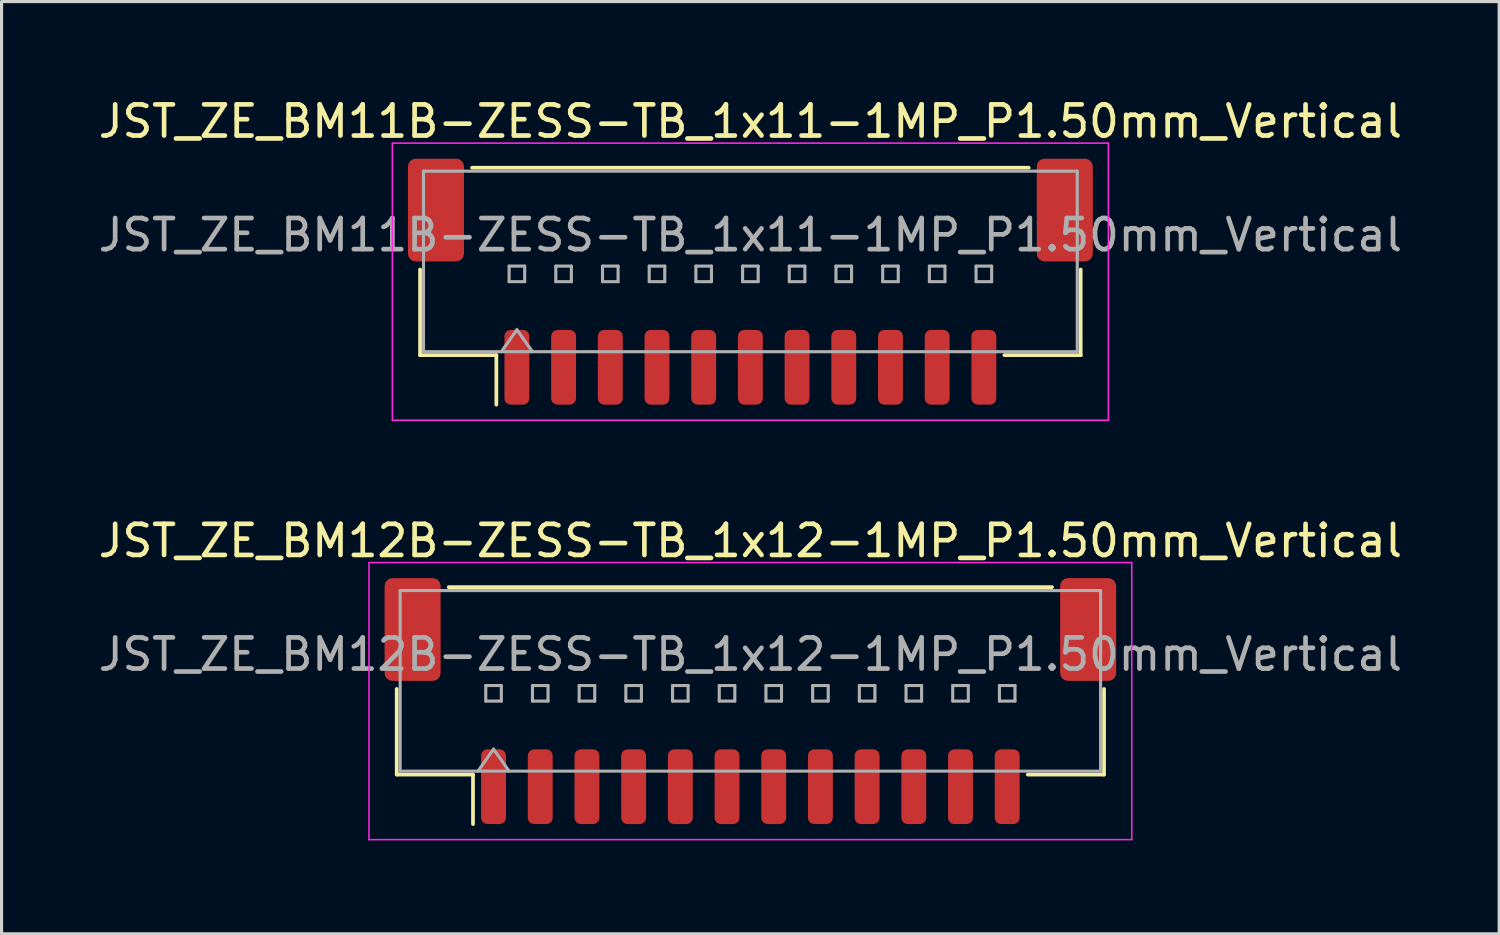
<source format=kicad_pcb>
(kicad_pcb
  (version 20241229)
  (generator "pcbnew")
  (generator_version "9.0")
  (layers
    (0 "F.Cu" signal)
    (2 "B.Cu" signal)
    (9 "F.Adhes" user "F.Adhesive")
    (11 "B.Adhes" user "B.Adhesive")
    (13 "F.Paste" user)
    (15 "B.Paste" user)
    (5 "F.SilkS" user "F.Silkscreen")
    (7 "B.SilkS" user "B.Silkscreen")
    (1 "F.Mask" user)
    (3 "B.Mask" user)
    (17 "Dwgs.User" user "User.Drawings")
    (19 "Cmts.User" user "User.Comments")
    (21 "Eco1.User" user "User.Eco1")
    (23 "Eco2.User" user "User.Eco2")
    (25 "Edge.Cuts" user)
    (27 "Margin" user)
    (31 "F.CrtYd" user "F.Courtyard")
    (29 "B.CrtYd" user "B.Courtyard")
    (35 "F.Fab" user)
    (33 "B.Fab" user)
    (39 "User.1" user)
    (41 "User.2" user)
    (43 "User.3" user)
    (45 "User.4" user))
  (footprint "JST_ZE_BM12B-ZESS-TB_1x12-1MP_P1.50mm_Vertical"
    (layer "F.Cu")
    (at 21.054 19.471)
    (property "Reference" "JST_ZE_BM12B-ZESS-TB_1x12-1MP_P1.50mm_Vertical" (at 0 -5.15 0) (layer "F.SilkS") (effects (font (size 1 1) (thickness 0.15))))
    (attr smd)
    (fp_line (start -11.36 -0.39) (end -11.36 2.36) (stroke (width 0.12) (type solid)) (layer "F.SilkS"))
    (fp_line (start -11.36 2.36) (end -8.91 2.36) (stroke (width 0.12) (type solid)) (layer "F.SilkS"))
    (fp_line (start -9.69 -3.66) (end 9.69 -3.66) (stroke (width 0.12) (type solid)) (layer "F.SilkS"))
    (fp_line (start -8.91 2.36) (end -8.91 3.95) (stroke (width 0.12) (type solid)) (layer "F.SilkS"))
    (fp_line (start 11.36 -0.39) (end 11.36 2.36) (stroke (width 0.12) (type solid)) (layer "F.SilkS"))
    (fp_line (start 11.36 2.36) (end 8.91 2.36) (stroke (width 0.12) (type solid)) (layer "F.SilkS"))
    (fp_line (start -12.25 -4.45) (end -12.25 4.45) (stroke (width 0.05) (type solid)) (layer "F.CrtYd"))
    (fp_line (start -12.25 4.45) (end 12.25 4.45) (stroke (width 0.05) (type solid)) (layer "F.CrtYd"))
    (fp_line (start 12.25 -4.45) (end -12.25 -4.45) (stroke (width 0.05) (type solid)) (layer "F.CrtYd"))
    (fp_line (start 12.25 4.45) (end 12.25 -4.45) (stroke (width 0.05) (type solid)) (layer "F.CrtYd"))
    (fp_line (start -11.25 -3.55) (end 11.25 -3.55) (stroke (width 0.1) (type solid)) (layer "F.Fab"))
    (fp_line (start -11.25 2.25) (end -11.25 -3.55) (stroke (width 0.1) (type solid)) (layer "F.Fab"))
    (fp_line (start -11.25 2.25) (end 11.25 2.25) (stroke (width 0.1) (type solid)) (layer "F.Fab"))
    (fp_line (start -8.75 2.25) (end -8.25 1.543) (stroke (width 0.1) (type solid)) (layer "F.Fab"))
    (fp_line (start -8.5 -0.5) (end -8.5 0) (stroke (width 0.1) (type solid)) (layer "F.Fab"))
    (fp_line (start -8.5 0) (end -8 0) (stroke (width 0.1) (type solid)) (layer "F.Fab"))
    (fp_line (start -8.25 1.543) (end -7.75 2.25) (stroke (width 0.1) (type solid)) (layer "F.Fab"))
    (fp_line (start -8 -0.5) (end -8.5 -0.5) (stroke (width 0.1) (type solid)) (layer "F.Fab"))
    (fp_line (start -8 0) (end -8 -0.5) (stroke (width 0.1) (type solid)) (layer "F.Fab"))
    (fp_line (start -7 -0.5) (end -7 0) (stroke (width 0.1) (type solid)) (layer "F.Fab"))
    (fp_line (start -7 0) (end -6.5 0) (stroke (width 0.1) (type solid)) (layer "F.Fab"))
    (fp_line (start -6.5 -0.5) (end -7 -0.5) (stroke (width 0.1) (type solid)) (layer "F.Fab"))
    (fp_line (start -6.5 0) (end -6.5 -0.5) (stroke (width 0.1) (type solid)) (layer "F.Fab"))
    (fp_line (start -5.5 -0.5) (end -5.5 0) (stroke (width 0.1) (type solid)) (layer "F.Fab"))
    (fp_line (start -5.5 0) (end -5 0) (stroke (width 0.1) (type solid)) (layer "F.Fab"))
    (fp_line (start -5 -0.5) (end -5.5 -0.5) (stroke (width 0.1) (type solid)) (layer "F.Fab"))
    (fp_line (start -5 0) (end -5 -0.5) (stroke (width 0.1) (type solid)) (layer "F.Fab"))
    (fp_line (start -4 -0.5) (end -4 0) (stroke (width 0.1) (type solid)) (layer "F.Fab"))
    (fp_line (start -4 0) (end -3.5 0) (stroke (width 0.1) (type solid)) (layer "F.Fab"))
    (fp_line (start -3.5 -0.5) (end -4 -0.5) (stroke (width 0.1) (type solid)) (layer "F.Fab"))
    (fp_line (start -3.5 0) (end -3.5 -0.5) (stroke (width 0.1) (type solid)) (layer "F.Fab"))
    (fp_line (start -2.5 -0.5) (end -2.5 0) (stroke (width 0.1) (type solid)) (layer "F.Fab"))
    (fp_line (start -2.5 0) (end -2 0) (stroke (width 0.1) (type solid)) (layer "F.Fab"))
    (fp_line (start -2 -0.5) (end -2.5 -0.5) (stroke (width 0.1) (type solid)) (layer "F.Fab"))
    (fp_line (start -2 0) (end -2 -0.5) (stroke (width 0.1) (type solid)) (layer "F.Fab"))
    (fp_line (start -1 -0.5) (end -1 0) (stroke (width 0.1) (type solid)) (layer "F.Fab"))
    (fp_line (start -1 0) (end -0.5 0) (stroke (width 0.1) (type solid)) (layer "F.Fab"))
    (fp_line (start -0.5 -0.5) (end -1 -0.5) (stroke (width 0.1) (type solid)) (layer "F.Fab"))
    (fp_line (start -0.5 0) (end -0.5 -0.5) (stroke (width 0.1) (type solid)) (layer "F.Fab"))
    (fp_line (start 0.5 -0.5) (end 0.5 0) (stroke (width 0.1) (type solid)) (layer "F.Fab"))
    (fp_line (start 0.5 0) (end 1 0) (stroke (width 0.1) (type solid)) (layer "F.Fab"))
    (fp_line (start 1 -0.5) (end 0.5 -0.5) (stroke (width 0.1) (type solid)) (layer "F.Fab"))
    (fp_line (start 1 0) (end 1 -0.5) (stroke (width 0.1) (type solid)) (layer "F.Fab"))
    (fp_line (start 2 -0.5) (end 2 0) (stroke (width 0.1) (type solid)) (layer "F.Fab"))
    (fp_line (start 2 0) (end 2.5 0) (stroke (width 0.1) (type solid)) (layer "F.Fab"))
    (fp_line (start 2.5 -0.5) (end 2 -0.5) (stroke (width 0.1) (type solid)) (layer "F.Fab"))
    (fp_line (start 2.5 0) (end 2.5 -0.5) (stroke (width 0.1) (type solid)) (layer "F.Fab"))
    (fp_line (start 3.5 -0.5) (end 3.5 0) (stroke (width 0.1) (type solid)) (layer "F.Fab"))
    (fp_line (start 3.5 0) (end 4 0) (stroke (width 0.1) (type solid)) (layer "F.Fab"))
    (fp_line (start 4 -0.5) (end 3.5 -0.5) (stroke (width 0.1) (type solid)) (layer "F.Fab"))
    (fp_line (start 4 0) (end 4 -0.5) (stroke (width 0.1) (type solid)) (layer "F.Fab"))
    (fp_line (start 5 -0.5) (end 5 0) (stroke (width 0.1) (type solid)) (layer "F.Fab"))
    (fp_line (start 5 0) (end 5.5 0) (stroke (width 0.1) (type solid)) (layer "F.Fab"))
    (fp_line (start 5.5 -0.5) (end 5 -0.5) (stroke (width 0.1) (type solid)) (layer "F.Fab"))
    (fp_line (start 5.5 0) (end 5.5 -0.5) (stroke (width 0.1) (type solid)) (layer "F.Fab"))
    (fp_line (start 6.5 -0.5) (end 6.5 0) (stroke (width 0.1) (type solid)) (layer "F.Fab"))
    (fp_line (start 6.5 0) (end 7 0) (stroke (width 0.1) (type solid)) (layer "F.Fab"))
    (fp_line (start 7 -0.5) (end 6.5 -0.5) (stroke (width 0.1) (type solid)) (layer "F.Fab"))
    (fp_line (start 7 0) (end 7 -0.5) (stroke (width 0.1) (type solid)) (layer "F.Fab"))
    (fp_line (start 8 -0.5) (end 8 0) (stroke (width 0.1) (type solid)) (layer "F.Fab"))
    (fp_line (start 8 0) (end 8.5 0) (stroke (width 0.1) (type solid)) (layer "F.Fab"))
    (fp_line (start 8.5 -0.5) (end 8 -0.5) (stroke (width 0.1) (type solid)) (layer "F.Fab"))
    (fp_line (start 8.5 0) (end 8.5 -0.5) (stroke (width 0.1) (type solid)) (layer "F.Fab"))
    (fp_line (start 11.25 2.25) (end 11.25 -3.55) (stroke (width 0.1) (type solid)) (layer "F.Fab"))
    (fp_text user "${REFERENCE}" (at 0 -1.5 0) (layer "F.Fab") (effects (font (size 1 1) (thickness 0.15))))
    (pad "1" smd roundrect (at -8.25 2.75) (size 0.8 2.4) (layers "F.Cu" "F.Mask" "F.Paste") (roundrect_rratio 0.25))
    (pad "2" smd roundrect (at -6.75 2.75) (size 0.8 2.4) (layers "F.Cu" "F.Mask" "F.Paste") (roundrect_rratio 0.25))
    (pad "3" smd roundrect (at -5.25 2.75) (size 0.8 2.4) (layers "F.Cu" "F.Mask" "F.Paste") (roundrect_rratio 0.25))
    (pad "4" smd roundrect (at -3.75 2.75) (size 0.8 2.4) (layers "F.Cu" "F.Mask" "F.Paste") (roundrect_rratio 0.25))
    (pad "5" smd roundrect (at -2.25 2.75) (size 0.8 2.4) (layers "F.Cu" "F.Mask" "F.Paste") (roundrect_rratio 0.25))
    (pad "6" smd roundrect (at -0.75 2.75) (size 0.8 2.4) (layers "F.Cu" "F.Mask" "F.Paste") (roundrect_rratio 0.25))
    (pad "7" smd roundrect (at 0.75 2.75) (size 0.8 2.4) (layers "F.Cu" "F.Mask" "F.Paste") (roundrect_rratio 0.25))
    (pad "8" smd roundrect (at 2.25 2.75) (size 0.8 2.4) (layers "F.Cu" "F.Mask" "F.Paste") (roundrect_rratio 0.25))
    (pad "9" smd roundrect (at 3.75 2.75) (size 0.8 2.4) (layers "F.Cu" "F.Mask" "F.Paste") (roundrect_rratio 0.25))
    (pad "10" smd roundrect (at 5.25 2.75) (size 0.8 2.4) (layers "F.Cu" "F.Mask" "F.Paste") (roundrect_rratio 0.25))
    (pad "11" smd roundrect (at 6.75 2.75) (size 0.8 2.4) (layers "F.Cu" "F.Mask" "F.Paste") (roundrect_rratio 0.25))
    (pad "12" smd roundrect (at 8.25 2.75) (size 0.8 2.4) (layers "F.Cu" "F.Mask" "F.Paste") (roundrect_rratio 0.25))
    (pad "MP" smd roundrect (at -10.85 -2.3) (size 1.8 3.3) (layers "F.Cu" "F.Mask" "F.Paste") (roundrect_rratio 0.139))
    (pad "MP" smd roundrect (at 10.85 -2.3) (size 1.8 3.3) (layers "F.Cu" "F.Mask" "F.Paste") (roundrect_rratio 0.139)))
  (footprint "JST_ZE_BM11B-ZESS-TB_1x11-1MP_P1.50mm_Vertical"
    (layer "F.Cu")
    (at 21.054 5.998)
    (property "Reference" "JST_ZE_BM11B-ZESS-TB_1x11-1MP_P1.50mm_Vertical" (at 0 -5.15 0) (layer "F.SilkS") (effects (font (size 1 1) (thickness 0.15))))
    (attr smd)
    (fp_line (start -10.61 -0.39) (end -10.61 2.36) (stroke (width 0.12) (type solid)) (layer "F.SilkS"))
    (fp_line (start -10.61 2.36) (end -8.16 2.36) (stroke (width 0.12) (type solid)) (layer "F.SilkS"))
    (fp_line (start -8.94 -3.66) (end 8.94 -3.66) (stroke (width 0.12) (type solid)) (layer "F.SilkS"))
    (fp_line (start -8.16 2.36) (end -8.16 3.95) (stroke (width 0.12) (type solid)) (layer "F.SilkS"))
    (fp_line (start 10.61 -0.39) (end 10.61 2.36) (stroke (width 0.12) (type solid)) (layer "F.SilkS"))
    (fp_line (start 10.61 2.36) (end 8.16 2.36) (stroke (width 0.12) (type solid)) (layer "F.SilkS"))
    (fp_line (start -11.5 -4.45) (end -11.5 4.45) (stroke (width 0.05) (type solid)) (layer "F.CrtYd"))
    (fp_line (start -11.5 4.45) (end 11.5 4.45) (stroke (width 0.05) (type solid)) (layer "F.CrtYd"))
    (fp_line (start 11.5 -4.45) (end -11.5 -4.45) (stroke (width 0.05) (type solid)) (layer "F.CrtYd"))
    (fp_line (start 11.5 4.45) (end 11.5 -4.45) (stroke (width 0.05) (type solid)) (layer "F.CrtYd"))
    (fp_line (start -10.5 -3.55) (end 10.5 -3.55) (stroke (width 0.1) (type solid)) (layer "F.Fab"))
    (fp_line (start -10.5 2.25) (end -10.5 -3.55) (stroke (width 0.1) (type solid)) (layer "F.Fab"))
    (fp_line (start -10.5 2.25) (end 10.5 2.25) (stroke (width 0.1) (type solid)) (layer "F.Fab"))
    (fp_line (start -8 2.25) (end -7.5 1.543) (stroke (width 0.1) (type solid)) (layer "F.Fab"))
    (fp_line (start -7.75 -0.5) (end -7.75 0) (stroke (width 0.1) (type solid)) (layer "F.Fab"))
    (fp_line (start -7.75 0) (end -7.25 0) (stroke (width 0.1) (type solid)) (layer "F.Fab"))
    (fp_line (start -7.5 1.543) (end -7 2.25) (stroke (width 0.1) (type solid)) (layer "F.Fab"))
    (fp_line (start -7.25 -0.5) (end -7.75 -0.5) (stroke (width 0.1) (type solid)) (layer "F.Fab"))
    (fp_line (start -7.25 0) (end -7.25 -0.5) (stroke (width 0.1) (type solid)) (layer "F.Fab"))
    (fp_line (start -6.25 -0.5) (end -6.25 0) (stroke (width 0.1) (type solid)) (layer "F.Fab"))
    (fp_line (start -6.25 0) (end -5.75 0) (stroke (width 0.1) (type solid)) (layer "F.Fab"))
    (fp_line (start -5.75 -0.5) (end -6.25 -0.5) (stroke (width 0.1) (type solid)) (layer "F.Fab"))
    (fp_line (start -5.75 0) (end -5.75 -0.5) (stroke (width 0.1) (type solid)) (layer "F.Fab"))
    (fp_line (start -4.75 -0.5) (end -4.75 0) (stroke (width 0.1) (type solid)) (layer "F.Fab"))
    (fp_line (start -4.75 0) (end -4.25 0) (stroke (width 0.1) (type solid)) (layer "F.Fab"))
    (fp_line (start -4.25 -0.5) (end -4.75 -0.5) (stroke (width 0.1) (type solid)) (layer "F.Fab"))
    (fp_line (start -4.25 0) (end -4.25 -0.5) (stroke (width 0.1) (type solid)) (layer "F.Fab"))
    (fp_line (start -3.25 -0.5) (end -3.25 0) (stroke (width 0.1) (type solid)) (layer "F.Fab"))
    (fp_line (start -3.25 0) (end -2.75 0) (stroke (width 0.1) (type solid)) (layer "F.Fab"))
    (fp_line (start -2.75 -0.5) (end -3.25 -0.5) (stroke (width 0.1) (type solid)) (layer "F.Fab"))
    (fp_line (start -2.75 0) (end -2.75 -0.5) (stroke (width 0.1) (type solid)) (layer "F.Fab"))
    (fp_line (start -1.75 -0.5) (end -1.75 0) (stroke (width 0.1) (type solid)) (layer "F.Fab"))
    (fp_line (start -1.75 0) (end -1.25 0) (stroke (width 0.1) (type solid)) (layer "F.Fab"))
    (fp_line (start -1.25 -0.5) (end -1.75 -0.5) (stroke (width 0.1) (type solid)) (layer "F.Fab"))
    (fp_line (start -1.25 0) (end -1.25 -0.5) (stroke (width 0.1) (type solid)) (layer "F.Fab"))
    (fp_line (start -0.25 -0.5) (end -0.25 0) (stroke (width 0.1) (type solid)) (layer "F.Fab"))
    (fp_line (start -0.25 0) (end 0.25 0) (stroke (width 0.1) (type solid)) (layer "F.Fab"))
    (fp_line (start 0.25 -0.5) (end -0.25 -0.5) (stroke (width 0.1) (type solid)) (layer "F.Fab"))
    (fp_line (start 0.25 0) (end 0.25 -0.5) (stroke (width 0.1) (type solid)) (layer "F.Fab"))
    (fp_line (start 1.25 -0.5) (end 1.25 0) (stroke (width 0.1) (type solid)) (layer "F.Fab"))
    (fp_line (start 1.25 0) (end 1.75 0) (stroke (width 0.1) (type solid)) (layer "F.Fab"))
    (fp_line (start 1.75 -0.5) (end 1.25 -0.5) (stroke (width 0.1) (type solid)) (layer "F.Fab"))
    (fp_line (start 1.75 0) (end 1.75 -0.5) (stroke (width 0.1) (type solid)) (layer "F.Fab"))
    (fp_line (start 2.75 -0.5) (end 2.75 0) (stroke (width 0.1) (type solid)) (layer "F.Fab"))
    (fp_line (start 2.75 0) (end 3.25 0) (stroke (width 0.1) (type solid)) (layer "F.Fab"))
    (fp_line (start 3.25 -0.5) (end 2.75 -0.5) (stroke (width 0.1) (type solid)) (layer "F.Fab"))
    (fp_line (start 3.25 0) (end 3.25 -0.5) (stroke (width 0.1) (type solid)) (layer "F.Fab"))
    (fp_line (start 4.25 -0.5) (end 4.25 0) (stroke (width 0.1) (type solid)) (layer "F.Fab"))
    (fp_line (start 4.25 0) (end 4.75 0) (stroke (width 0.1) (type solid)) (layer "F.Fab"))
    (fp_line (start 4.75 -0.5) (end 4.25 -0.5) (stroke (width 0.1) (type solid)) (layer "F.Fab"))
    (fp_line (start 4.75 0) (end 4.75 -0.5) (stroke (width 0.1) (type solid)) (layer "F.Fab"))
    (fp_line (start 5.75 -0.5) (end 5.75 0) (stroke (width 0.1) (type solid)) (layer "F.Fab"))
    (fp_line (start 5.75 0) (end 6.25 0) (stroke (width 0.1) (type solid)) (layer "F.Fab"))
    (fp_line (start 6.25 -0.5) (end 5.75 -0.5) (stroke (width 0.1) (type solid)) (layer "F.Fab"))
    (fp_line (start 6.25 0) (end 6.25 -0.5) (stroke (width 0.1) (type solid)) (layer "F.Fab"))
    (fp_line (start 7.25 -0.5) (end 7.25 0) (stroke (width 0.1) (type solid)) (layer "F.Fab"))
    (fp_line (start 7.25 0) (end 7.75 0) (stroke (width 0.1) (type solid)) (layer "F.Fab"))
    (fp_line (start 7.75 -0.5) (end 7.25 -0.5) (stroke (width 0.1) (type solid)) (layer "F.Fab"))
    (fp_line (start 7.75 0) (end 7.75 -0.5) (stroke (width 0.1) (type solid)) (layer "F.Fab"))
    (fp_line (start 10.5 2.25) (end 10.5 -3.55) (stroke (width 0.1) (type solid)) (layer "F.Fab"))
    (fp_text user "${REFERENCE}" (at 0 -1.5 0) (layer "F.Fab") (effects (font (size 1 1) (thickness 0.15))))
    (pad "1" smd roundrect (at -7.5 2.75) (size 0.8 2.4) (layers "F.Cu" "F.Mask" "F.Paste") (roundrect_rratio 0.25))
    (pad "2" smd roundrect (at -6 2.75) (size 0.8 2.4) (layers "F.Cu" "F.Mask" "F.Paste") (roundrect_rratio 0.25))
    (pad "3" smd roundrect (at -4.5 2.75) (size 0.8 2.4) (layers "F.Cu" "F.Mask" "F.Paste") (roundrect_rratio 0.25))
    (pad "4" smd roundrect (at -3 2.75) (size 0.8 2.4) (layers "F.Cu" "F.Mask" "F.Paste") (roundrect_rratio 0.25))
    (pad "5" smd roundrect (at -1.5 2.75) (size 0.8 2.4) (layers "F.Cu" "F.Mask" "F.Paste") (roundrect_rratio 0.25))
    (pad "6" smd roundrect (at 0 2.75) (size 0.8 2.4) (layers "F.Cu" "F.Mask" "F.Paste") (roundrect_rratio 0.25))
    (pad "7" smd roundrect (at 1.5 2.75) (size 0.8 2.4) (layers "F.Cu" "F.Mask" "F.Paste") (roundrect_rratio 0.25))
    (pad "8" smd roundrect (at 3 2.75) (size 0.8 2.4) (layers "F.Cu" "F.Mask" "F.Paste") (roundrect_rratio 0.25))
    (pad "9" smd roundrect (at 4.5 2.75) (size 0.8 2.4) (layers "F.Cu" "F.Mask" "F.Paste") (roundrect_rratio 0.25))
    (pad "10" smd roundrect (at 6 2.75) (size 0.8 2.4) (layers "F.Cu" "F.Mask" "F.Paste") (roundrect_rratio 0.25))
    (pad "11" smd roundrect (at 7.5 2.75) (size 0.8 2.4) (layers "F.Cu" "F.Mask" "F.Paste") (roundrect_rratio 0.25))
    (pad "MP" smd roundrect (at -10.1 -2.3) (size 1.8 3.3) (layers "F.Cu" "F.Mask" "F.Paste") (roundrect_rratio 0.139))
    (pad "MP" smd roundrect (at 10.1 -2.3) (size 1.8 3.3) (layers "F.Cu" "F.Mask" "F.Paste") (roundrect_rratio 0.139)))
  (gr_rect
    (start -3 -3)
    (end 45.107 26.947)
    (stroke (width 0.1) (type default))
    (fill no)
    (layer "Edge.Cuts")))
</source>
